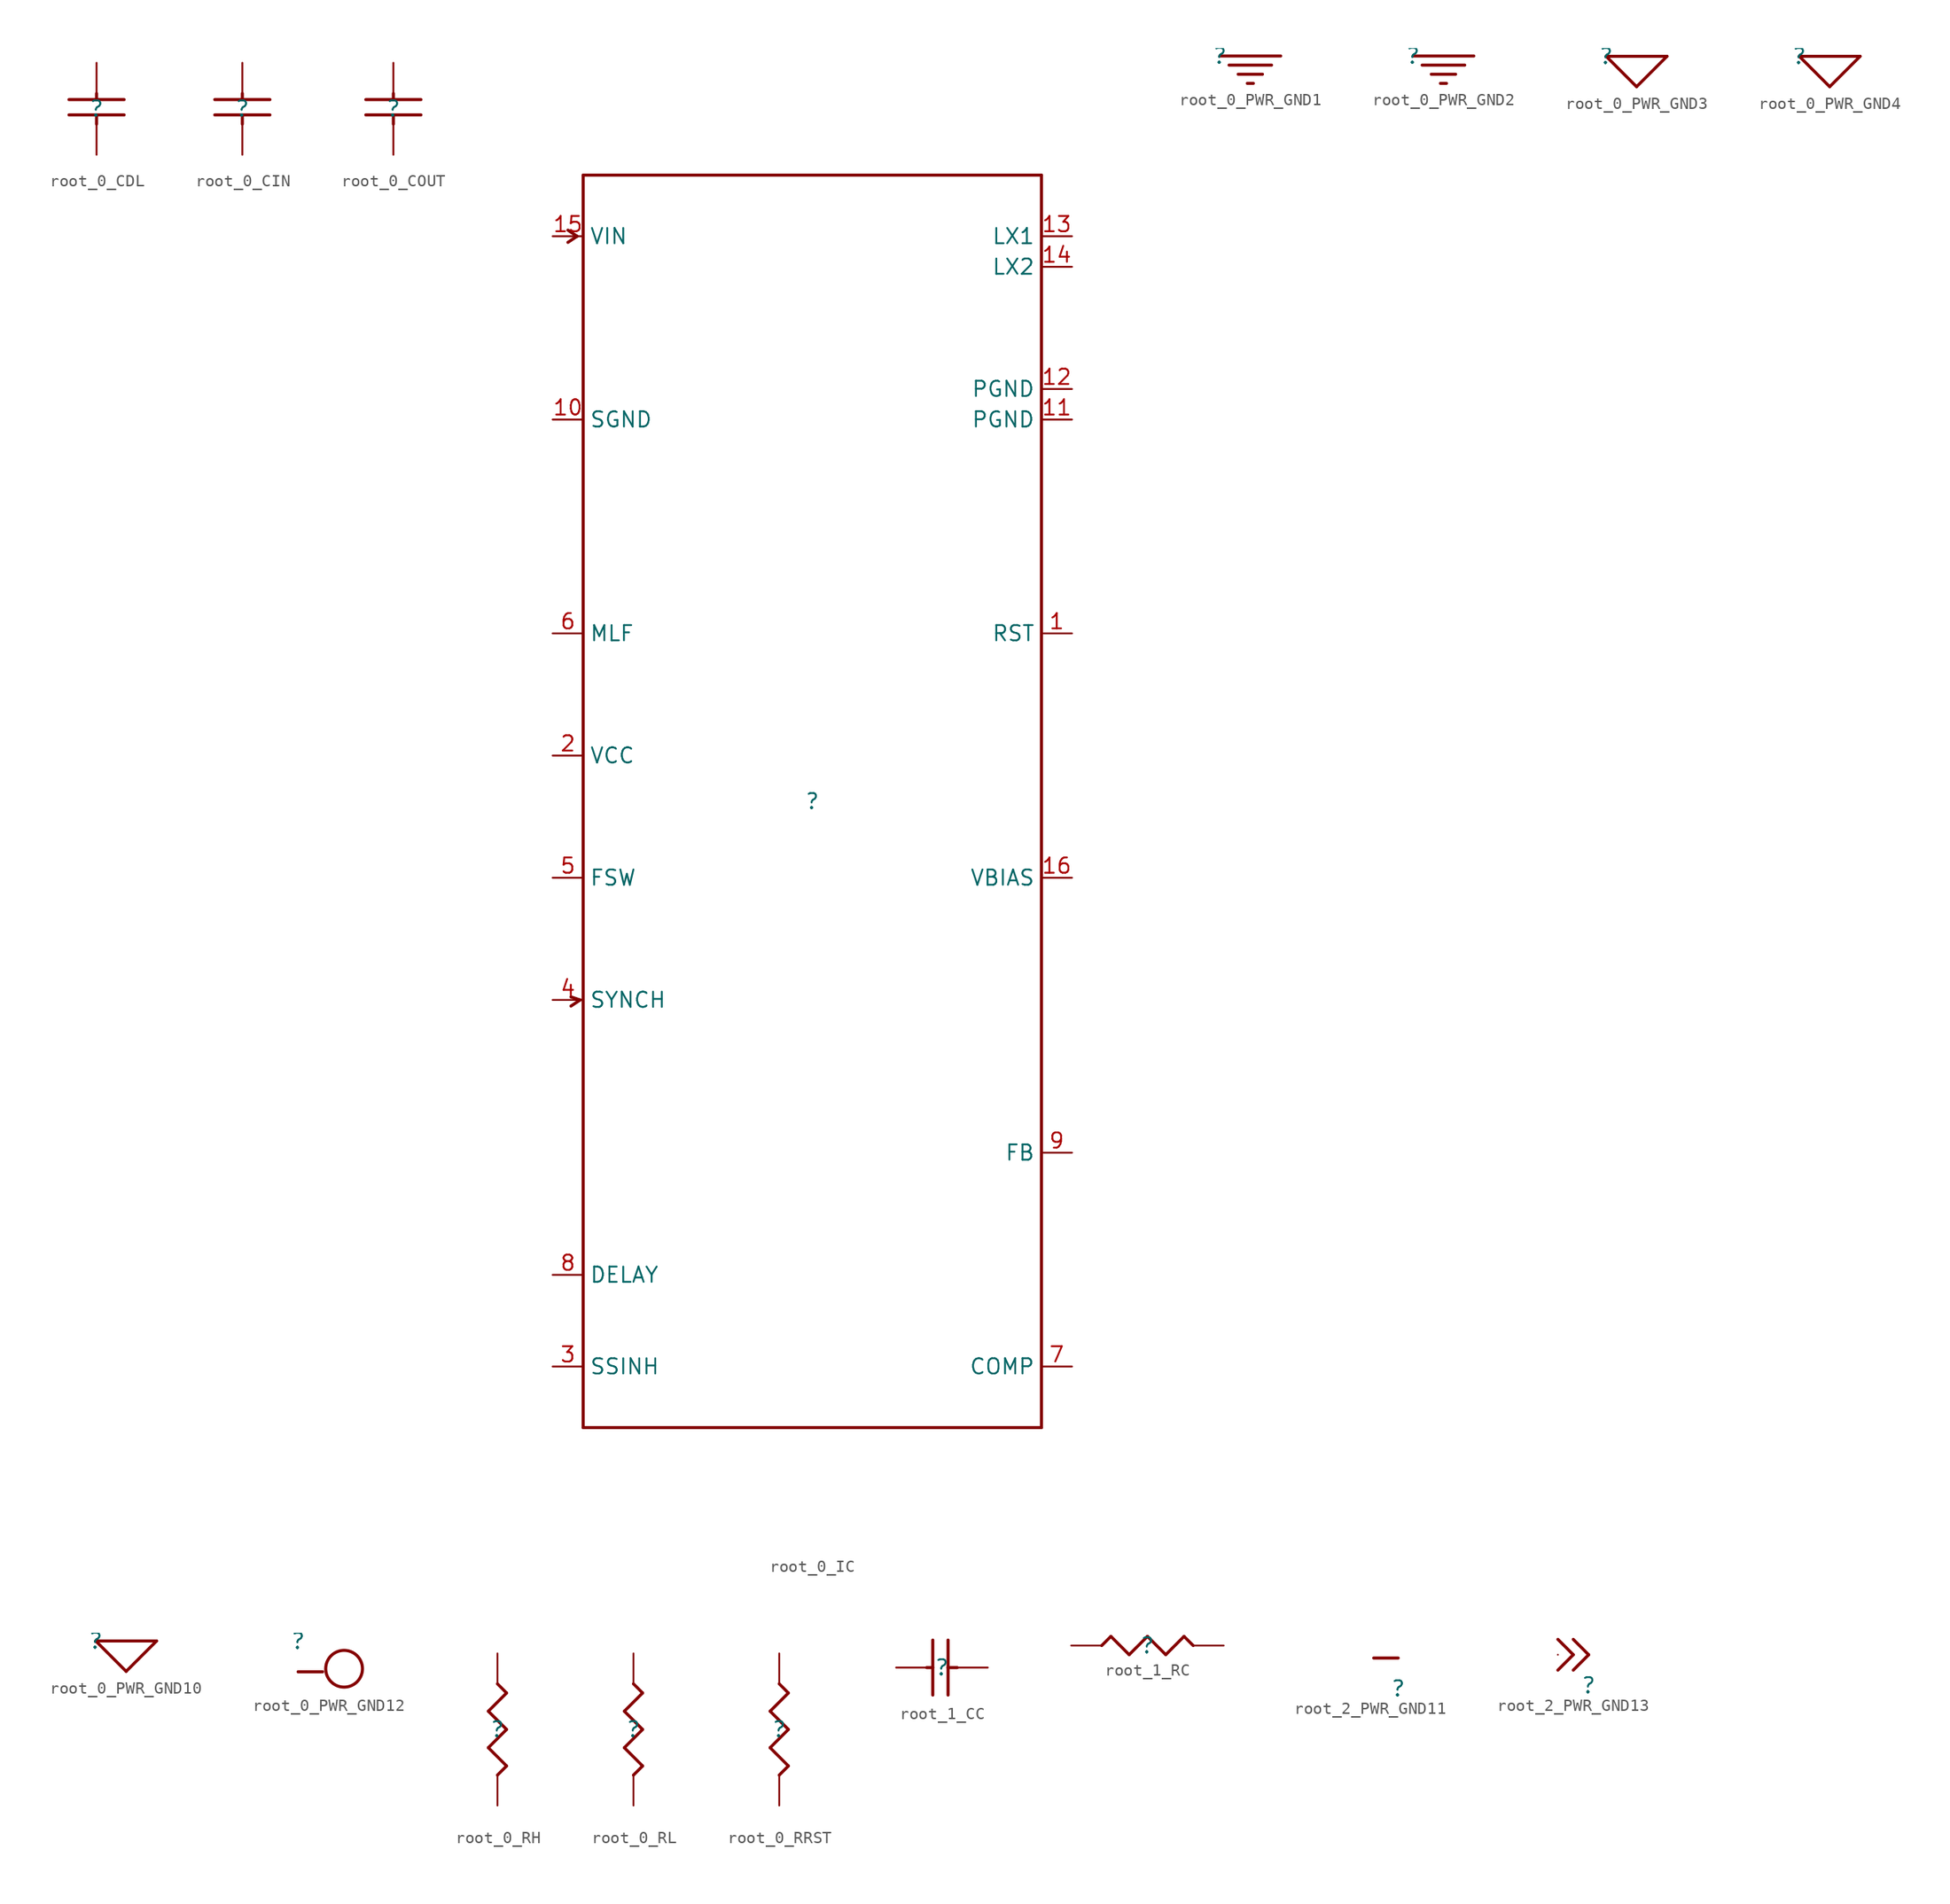
<source format=kicad_sym>
(kicad_symbol_lib
  (version 20231120)
  (generator "kicad_symbol_editor")
  (generator_version "8.0")
  (symbol "root_0_CDL"
    (property "Reference" ""
      (at 0 0 0)
      (effects (font (size 1.27 1.27))))
    (property "Value" ""
      (at 0 0 0)
      (effects (font (size 1.27 1.27))))
    (symbol "root_0_CDL_1_0"
      (polyline (pts (xy -2.286 -0.508) (xy 2.286 -0.508)) (stroke (width 0.254) (type solid)) (fill (type none)))
      (polyline (pts (xy -2.286 0.762) (xy 2.286 0.762)) (stroke (width 0.254) (type solid)) (fill (type none)))
      (polyline (pts (xy 0 -1.27) (xy 0 -0.508)) (stroke (width 0.254) (type solid)) (fill (type none)))
      (polyline (pts (xy 0 1.27) (xy 0 0.762)) (stroke (width 0.254) (type solid)) (fill (type none)))
      (pin passive line (at 0 3.81 270) (length 2.54) (name "1" (effects (font (size 0 0)))) (number "1" (effects (font (size 0 0)))))
      (pin passive line (at 0 -3.81 90) (length 2.54) (name "2" (effects (font (size 0 0)))) (number "2" (effects (font (size 0 0)))))))
  (symbol "root_0_CIN"
    (property "Reference" ""
      (at 0 0 0)
      (effects (font (size 1.27 1.27))))
    (property "Value" ""
      (at 0 0 0)
      (effects (font (size 1.27 1.27))))
    (symbol "root_0_CIN_1_0"
      (polyline (pts (xy -2.286 -0.508) (xy 2.286 -0.508)) (stroke (width 0.254) (type solid)) (fill (type none)))
      (polyline (pts (xy -2.286 0.762) (xy 2.286 0.762)) (stroke (width 0.254) (type solid)) (fill (type none)))
      (polyline (pts (xy 0 -1.27) (xy 0 -0.508)) (stroke (width 0.254) (type solid)) (fill (type none)))
      (polyline (pts (xy 0 1.27) (xy 0 0.762)) (stroke (width 0.254) (type solid)) (fill (type none)))
      (pin passive line (at 0 3.81 270) (length 2.54) (name "1" (effects (font (size 0 0)))) (number "1" (effects (font (size 0 0)))))
      (pin passive line (at 0 -3.81 90) (length 2.54) (name "2" (effects (font (size 0 0)))) (number "2" (effects (font (size 0 0)))))))
  (symbol "root_0_COUT"
    (property "Reference" ""
      (at 0 0 0)
      (effects (font (size 1.27 1.27))))
    (property "Value" ""
      (at 0 0 0)
      (effects (font (size 1.27 1.27))))
    (symbol "root_0_COUT_1_0"
      (polyline (pts (xy -2.286 -0.508) (xy 2.286 -0.508)) (stroke (width 0.254) (type solid)) (fill (type none)))
      (polyline (pts (xy -2.286 0.762) (xy 2.286 0.762)) (stroke (width 0.254) (type solid)) (fill (type none)))
      (polyline (pts (xy 0 -1.27) (xy 0 -0.508)) (stroke (width 0.254) (type solid)) (fill (type none)))
      (polyline (pts (xy 0 1.27) (xy 0 0.762)) (stroke (width 0.254) (type solid)) (fill (type none)))
      (pin passive line (at 0 3.81 270) (length 2.54) (name "1" (effects (font (size 0 0)))) (number "1" (effects (font (size 0 0)))))
      (pin passive line (at 0 -3.81 90) (length 2.54) (name "2" (effects (font (size 0 0)))) (number "2" (effects (font (size 0 0)))))))
  (symbol "root_0_IC"
    (property "Reference" ""
      (at 0 0 0)
      (effects (font (size 1.27 1.27))))
    (property "Value" ""
      (at 0 0 0)
      (effects (font (size 1.27 1.27))))
    (symbol "root_0_IC_1_0"
      (polyline (pts (xy -19.558 46.99) (xy -20.32 46.482)) (stroke (width 0.254) (type solid)) (fill (type none)))
      (polyline (pts (xy -19.558 46.99) (xy -20.32 47.498)) (stroke (width 0.254) (type solid)) (fill (type none)))
      (polyline (pts (xy -19.304 -16.51) (xy -20.066 -17.018)) (stroke (width 0.254) (type solid)) (fill (type none)))
      (polyline (pts (xy -19.304 -16.51) (xy -20.066 -16.256)) (stroke (width 0.254) (type solid)) (fill (type none)))
      (polyline (pts (xy -19.05 -52.07) (xy 19.05 -52.07)) (stroke (width 0.254) (type solid)) (fill (type none)))
      (polyline (pts (xy -19.05 52.07) (xy -19.05 -52.07)) (stroke (width 0.254) (type solid)) (fill (type none)))
      (polyline (pts (xy 19.05 -52.07) (xy 19.05 52.07)) (stroke (width 0.254) (type solid)) (fill (type none)))
      (polyline (pts (xy 19.05 52.07) (xy -19.05 52.07)) (stroke (width 0.254) (type solid)) (fill (type none)))
      (pin power_in line (at 21.59 13.97 180) (length 2.54) (name "RST" (effects (font (size 1.27 1.27)))) (number "1" (effects (font (size 1.27 1.27)))))
      (pin power_in line (at -21.59 31.75 0) (length 2.54) (name "SGND" (effects (font (size 1.27 1.27)))) (number "10" (effects (font (size 1.27 1.27)))))
      (pin power_in line (at 21.59 31.75 180) (length 2.54) (name "PGND" (effects (font (size 1.27 1.27)))) (number "11" (effects (font (size 1.27 1.27)))))
      (pin power_in line (at 21.59 34.29 180) (length 2.54) (name "PGND" (effects (font (size 1.27 1.27)))) (number "12" (effects (font (size 1.27 1.27)))))
      (pin passive line (at 21.59 46.99 180) (length 2.54) (name "LX1" (effects (font (size 1.27 1.27)))) (number "13" (effects (font (size 1.27 1.27)))))
      (pin passive line (at 21.59 44.45 180) (length 2.54) (name "LX2" (effects (font (size 1.27 1.27)))) (number "14" (effects (font (size 1.27 1.27)))))
      (pin input line (at -21.59 46.99 0) (length 2.54) (name "VIN" (effects (font (size 1.27 1.27)))) (number "15" (effects (font (size 1.27 1.27)))))
      (pin passive line (at 21.59 -6.35 180) (length 2.54) (name "VBIAS" (effects (font (size 1.27 1.27)))) (number "16" (effects (font (size 1.27 1.27)))))
      (pin power_in line (at -21.59 3.81 0) (length 2.54) (name "VCC" (effects (font (size 1.27 1.27)))) (number "2" (effects (font (size 1.27 1.27)))))
      (pin passive line (at -21.59 -46.99 0) (length 2.54) (name "SSINH" (effects (font (size 1.27 1.27)))) (number "3" (effects (font (size 1.27 1.27)))))
      (pin input line (at -21.59 -16.51 0) (length 2.54) (name "SYNCH" (effects (font (size 1.27 1.27)))) (number "4" (effects (font (size 1.27 1.27)))))
      (pin passive line (at -21.59 -6.35 0) (length 2.54) (name "FSW" (effects (font (size 1.27 1.27)))) (number "5" (effects (font (size 1.27 1.27)))))
      (pin passive line (at -21.59 13.97 0) (length 2.54) (name "MLF" (effects (font (size 1.27 1.27)))) (number "6" (effects (font (size 1.27 1.27)))))
      (pin passive line (at 21.59 -46.99 180) (length 2.54) (name "COMP" (effects (font (size 1.27 1.27)))) (number "7" (effects (font (size 1.27 1.27)))))
      (pin passive line (at -21.59 -39.37 0) (length 2.54) (name "DELAY" (effects (font (size 1.27 1.27)))) (number "8" (effects (font (size 1.27 1.27)))))
      (pin passive line (at 21.59 -29.21 180) (length 2.54) (name "FB" (effects (font (size 1.27 1.27)))) (number "9" (effects (font (size 1.27 1.27)))))))
  (symbol "root_0_PWR_GND1"
    (property "Reference" ""
      (at 0 0 0)
      (effects (font (size 1.27 1.27))))
    (property "Value" ""
      (at 0 0 0)
      (effects (font (size 1.27 1.27))))
    (symbol "root_0_PWR_GND1_1_0"
      (polyline (pts (xy 0 0) (xy 5.08 0)) (stroke (width 0.254) (type solid)) (fill (type none)))
      (polyline (pts (xy 0.762 -0.762) (xy 4.318 -0.762)) (stroke (width 0.254) (type solid)) (fill (type none)))
      (polyline (pts (xy 2.286 -2.286) (xy 2.794 -2.286)) (stroke (width 0.254) (type solid)) (fill (type none)))
      (polyline (pts (xy 3.556 -1.524) (xy 1.524 -1.524)) (stroke (width 0.254) (type solid)) (fill (type none)))
      (pin power_in line (at 2.54 0 180) (length 0) (name "PIN0" (effects (font (size 0 0)))) (number "1" (effects (font (size 0 0)))))))
  (symbol "root_0_PWR_GND2"
    (property "Reference" ""
      (at 0 0 0)
      (effects (font (size 1.27 1.27))))
    (property "Value" ""
      (at 0 0 0)
      (effects (font (size 1.27 1.27))))
    (symbol "root_0_PWR_GND2_1_0"
      (polyline (pts (xy 0 0) (xy 5.08 0)) (stroke (width 0.254) (type solid)) (fill (type none)))
      (polyline (pts (xy 0.762 -0.762) (xy 4.318 -0.762)) (stroke (width 0.254) (type solid)) (fill (type none)))
      (polyline (pts (xy 2.286 -2.286) (xy 2.794 -2.286)) (stroke (width 0.254) (type solid)) (fill (type none)))
      (polyline (pts (xy 3.556 -1.524) (xy 1.524 -1.524)) (stroke (width 0.254) (type solid)) (fill (type none)))
      (pin power_in line (at 2.54 0 180) (length 0) (name "PIN0" (effects (font (size 0 0)))) (number "1" (effects (font (size 0 0)))))))
  (symbol "root_0_PWR_GND3"
    (property "Reference" ""
      (at 0 0 0)
      (effects (font (size 1.27 1.27))))
    (property "Value" ""
      (at 0 0 0)
      (effects (font (size 1.27 1.27))))
    (symbol "root_0_PWR_GND3_1_0"
      (polyline (pts (xy 0 0) (xy 5.08 0)) (stroke (width 0.254) (type solid)) (fill (type none)))
      (polyline (pts (xy 2.54 -2.54) (xy 0 0)) (stroke (width 0.254) (type solid)) (fill (type none)))
      (polyline (pts (xy 5.08 0) (xy 2.54 -2.54)) (stroke (width 0.254) (type solid)) (fill (type none)))
      (pin power_in line (at 2.54 0 180) (length 0) (name "GND" (effects (font (size 0 0)))) (number "1" (effects (font (size 0 0)))))))
  (symbol "root_0_PWR_GND4"
    (property "Reference" ""
      (at 0 0 0)
      (effects (font (size 1.27 1.27))))
    (property "Value" ""
      (at 0 0 0)
      (effects (font (size 1.27 1.27))))
    (symbol "root_0_PWR_GND4_1_0"
      (polyline (pts (xy 0 0) (xy 5.08 0)) (stroke (width 0.254) (type solid)) (fill (type none)))
      (polyline (pts (xy 2.54 -2.54) (xy 0 0)) (stroke (width 0.254) (type solid)) (fill (type none)))
      (polyline (pts (xy 5.08 0) (xy 2.54 -2.54)) (stroke (width 0.254) (type solid)) (fill (type none)))
      (pin power_in line (at 2.54 0 180) (length 0) (name "GND" (effects (font (size 0 0)))) (number "1" (effects (font (size 0 0)))))))
  (symbol "root_0_PWR_GND10"
    (property "Reference" ""
      (at 0 0 0)
      (effects (font (size 1.27 1.27))))
    (property "Value" ""
      (at 0 0 0)
      (effects (font (size 1.27 1.27))))
    (symbol "root_0_PWR_GND10_1_0"
      (polyline (pts (xy 0 0) (xy 5.08 0)) (stroke (width 0.254) (type solid)) (fill (type none)))
      (polyline (pts (xy 2.54 -2.54) (xy 0 0)) (stroke (width 0.254) (type solid)) (fill (type none)))
      (polyline (pts (xy 5.08 0) (xy 2.54 -2.54)) (stroke (width 0.254) (type solid)) (fill (type none)))
      (pin power_in line (at 2.54 0 180) (length 0) (name "GND" (effects (font (size 0 0)))) (number "1" (effects (font (size 0 0)))))))
  (symbol "root_0_PWR_GND12"
    (property "Reference" ""
      (at 0 0 0)
      (effects (font (size 1.27 1.27))))
    (property "Value" ""
      (at 0 0 0)
      (effects (font (size 1.27 1.27))))
    (symbol "root_0_PWR_GND12_1_0"
      (polyline (pts (xy 2.032 -2.54) (xy 0 -2.54)) (stroke (width 0.254) (type solid)) (fill (type none)))
      (circle (center 3.81 -2.286) (radius 1.524) (stroke (width 0.254) (type solid)) (fill (type none)))
      (pin power_in line (at 0 -2.54 180) (length 0) (name "VOUT" (effects (font (size 0 0)))) (number "1" (effects (font (size 0 0)))))))
  (symbol "root_0_RH"
    (property "Reference" ""
      (at 0 0 0)
      (effects (font (size 1.27 1.27))))
    (property "Value" ""
      (at 0 0 0)
      (effects (font (size 1.27 1.27))))
    (symbol "root_0_RH_1_0"
      (polyline (pts (xy -0.762 -1.524) (xy 0.762 -3.048)) (stroke (width 0.254) (type solid)) (fill (type none)))
      (polyline (pts (xy -0.762 1.524) (xy 0.762 0)) (stroke (width 0.254) (type solid)) (fill (type none)))
      (polyline (pts (xy 0 3.81) (xy 0.762 3.048)) (stroke (width 0.254) (type solid)) (fill (type none)))
      (polyline (pts (xy 0.762 -3.048) (xy 0 -3.81)) (stroke (width 0.254) (type solid)) (fill (type none)))
      (polyline (pts (xy 0.762 0) (xy -0.762 -1.524)) (stroke (width 0.254) (type solid)) (fill (type none)))
      (polyline (pts (xy 0.762 3.048) (xy -0.762 1.524)) (stroke (width 0.254) (type solid)) (fill (type none)))
      (pin passive line (at 0 6.35 270) (length 2.54) (name "1" (effects (font (size 0 0)))) (number "1" (effects (font (size 0 0)))))
      (pin passive line (at 0 -6.35 90) (length 2.54) (name "2" (effects (font (size 0 0)))) (number "2" (effects (font (size 0 0)))))))
  (symbol "root_0_RL"
    (property "Reference" ""
      (at 0 0 0)
      (effects (font (size 1.27 1.27))))
    (property "Value" ""
      (at 0 0 0)
      (effects (font (size 1.27 1.27))))
    (symbol "root_0_RL_1_0"
      (polyline (pts (xy -0.762 -1.524) (xy 0.762 -3.048)) (stroke (width 0.254) (type solid)) (fill (type none)))
      (polyline (pts (xy -0.762 1.524) (xy 0.762 0)) (stroke (width 0.254) (type solid)) (fill (type none)))
      (polyline (pts (xy 0 3.81) (xy 0.762 3.048)) (stroke (width 0.254) (type solid)) (fill (type none)))
      (polyline (pts (xy 0.762 -3.048) (xy 0 -3.81)) (stroke (width 0.254) (type solid)) (fill (type none)))
      (polyline (pts (xy 0.762 0) (xy -0.762 -1.524)) (stroke (width 0.254) (type solid)) (fill (type none)))
      (polyline (pts (xy 0.762 3.048) (xy -0.762 1.524)) (stroke (width 0.254) (type solid)) (fill (type none)))
      (pin passive line (at 0 6.35 270) (length 2.54) (name "1" (effects (font (size 0 0)))) (number "1" (effects (font (size 0 0)))))
      (pin passive line (at 0 -6.35 90) (length 2.54) (name "2" (effects (font (size 0 0)))) (number "2" (effects (font (size 0 0)))))))
  (symbol "root_0_RRST"
    (property "Reference" ""
      (at 0 0 0)
      (effects (font (size 1.27 1.27))))
    (property "Value" ""
      (at 0 0 0)
      (effects (font (size 1.27 1.27))))
    (symbol "root_0_RRST_1_0"
      (polyline (pts (xy -0.762 -1.524) (xy 0.762 -3.048)) (stroke (width 0.254) (type solid)) (fill (type none)))
      (polyline (pts (xy -0.762 1.524) (xy 0.762 0)) (stroke (width 0.254) (type solid)) (fill (type none)))
      (polyline (pts (xy 0 3.81) (xy 0.762 3.048)) (stroke (width 0.254) (type solid)) (fill (type none)))
      (polyline (pts (xy 0.762 -3.048) (xy 0 -3.81)) (stroke (width 0.254) (type solid)) (fill (type none)))
      (polyline (pts (xy 0.762 0) (xy -0.762 -1.524)) (stroke (width 0.254) (type solid)) (fill (type none)))
      (polyline (pts (xy 0.762 3.048) (xy -0.762 1.524)) (stroke (width 0.254) (type solid)) (fill (type none)))
      (pin passive line (at 0 6.35 270) (length 2.54) (name "1" (effects (font (size 0 0)))) (number "1" (effects (font (size 0 0)))))
      (pin passive line (at 0 -6.35 90) (length 2.54) (name "2" (effects (font (size 0 0)))) (number "2" (effects (font (size 0 0)))))))
  (symbol "root_1_CC"
    (property "Reference" ""
      (at 0 0 0)
      (effects (font (size 1.27 1.27))))
    (property "Value" ""
      (at 0 0 0)
      (effects (font (size 1.27 1.27))))
    (symbol "root_1_CC_1_0"
      (polyline (pts (xy -1.27 0) (xy -0.762 0)) (stroke (width 0.254) (type solid)) (fill (type none)))
      (polyline (pts (xy -0.762 -2.286) (xy -0.762 2.286)) (stroke (width 0.254) (type solid)) (fill (type none)))
      (polyline (pts (xy 0.508 -2.286) (xy 0.508 2.286)) (stroke (width 0.254) (type solid)) (fill (type none)))
      (polyline (pts (xy 1.27 0) (xy 0.508 0)) (stroke (width 0.254) (type solid)) (fill (type none)))
      (pin passive line (at -3.81 0 0) (length 2.54) (name "1" (effects (font (size 0 0)))) (number "1" (effects (font (size 0 0)))))
      (pin passive line (at 3.81 0 180) (length 2.54) (name "2" (effects (font (size 0 0)))) (number "2" (effects (font (size 0 0)))))))
  (symbol "root_1_RC"
    (property "Reference" ""
      (at 0 0 0)
      (effects (font (size 1.27 1.27))))
    (property "Value" ""
      (at 0 0 0)
      (effects (font (size 1.27 1.27))))
    (symbol "root_1_RC_1_0"
      (polyline (pts (xy -3.81 0) (xy -3.048 0.762)) (stroke (width 0.254) (type solid)) (fill (type none)))
      (polyline (pts (xy -3.048 0.762) (xy -1.524 -0.762)) (stroke (width 0.254) (type solid)) (fill (type none)))
      (polyline (pts (xy -1.524 -0.762) (xy 0 0.762)) (stroke (width 0.254) (type solid)) (fill (type none)))
      (polyline (pts (xy 0 0.762) (xy 1.524 -0.762)) (stroke (width 0.254) (type solid)) (fill (type none)))
      (polyline (pts (xy 1.524 -0.762) (xy 3.048 0.762)) (stroke (width 0.254) (type solid)) (fill (type none)))
      (polyline (pts (xy 3.048 0.762) (xy 3.81 0)) (stroke (width 0.254) (type solid)) (fill (type none)))
      (pin passive line (at -6.35 0 0) (length 2.54) (name "1" (effects (font (size 0 0)))) (number "1" (effects (font (size 0 0)))))
      (pin passive line (at 6.35 0 180) (length 2.54) (name "2" (effects (font (size 0 0)))) (number "2" (effects (font (size 0 0)))))))
  (symbol "root_2_PWR_GND11"
    (property "Reference" ""
      (at 0 0 0)
      (effects (font (size 1.27 1.27))))
    (property "Value" ""
      (at 0 0 0)
      (effects (font (size 1.27 1.27))))
    (symbol "root_2_PWR_GND11_1_0"
      (arc (start -5.08 2.54) (mid -2.032 2.54) (end -5.08 2.54) (stroke (width 0.254) (type solid)) (fill (type none)))
      (polyline (pts (xy -2.032 2.54) (xy 0 2.54)) (stroke (width 0.254) (type solid)) (fill (type none)))
      (pin power_in line (at 0 2.54 0) (length 0) (name "VIN" (effects (font (size 0 0)))) (number "1" (effects (font (size 0 0)))))))
  (symbol "root_2_PWR_GND13"
    (property "Reference" ""
      (at 0 0 0)
      (effects (font (size 1.27 1.27))))
    (property "Value" ""
      (at 0 0 0)
      (effects (font (size 1.27 1.27))))
    (symbol "root_2_PWR_GND13_1_0"
      (polyline (pts (xy -1.27 2.54) (xy -2.54 1.27)) (stroke (width 0.254) (type solid)) (fill (type none)))
      (polyline (pts (xy -1.27 2.54) (xy -2.54 3.81)) (stroke (width 0.254) (type solid)) (fill (type none)))
      (polyline (pts (xy 0 2.54) (xy -1.27 1.27)) (stroke (width 0.254) (type solid)) (fill (type none)))
      (polyline (pts (xy 0 2.54) (xy -1.27 3.81)) (stroke (width 0.254) (type solid)) (fill (type none)))
      (pin power_in line (at -2.54 2.54 0) (length 0) (name "uC_RST" (effects (font (size 0 0)))) (number "1" (effects (font (size 0 0))))))))
</source>
